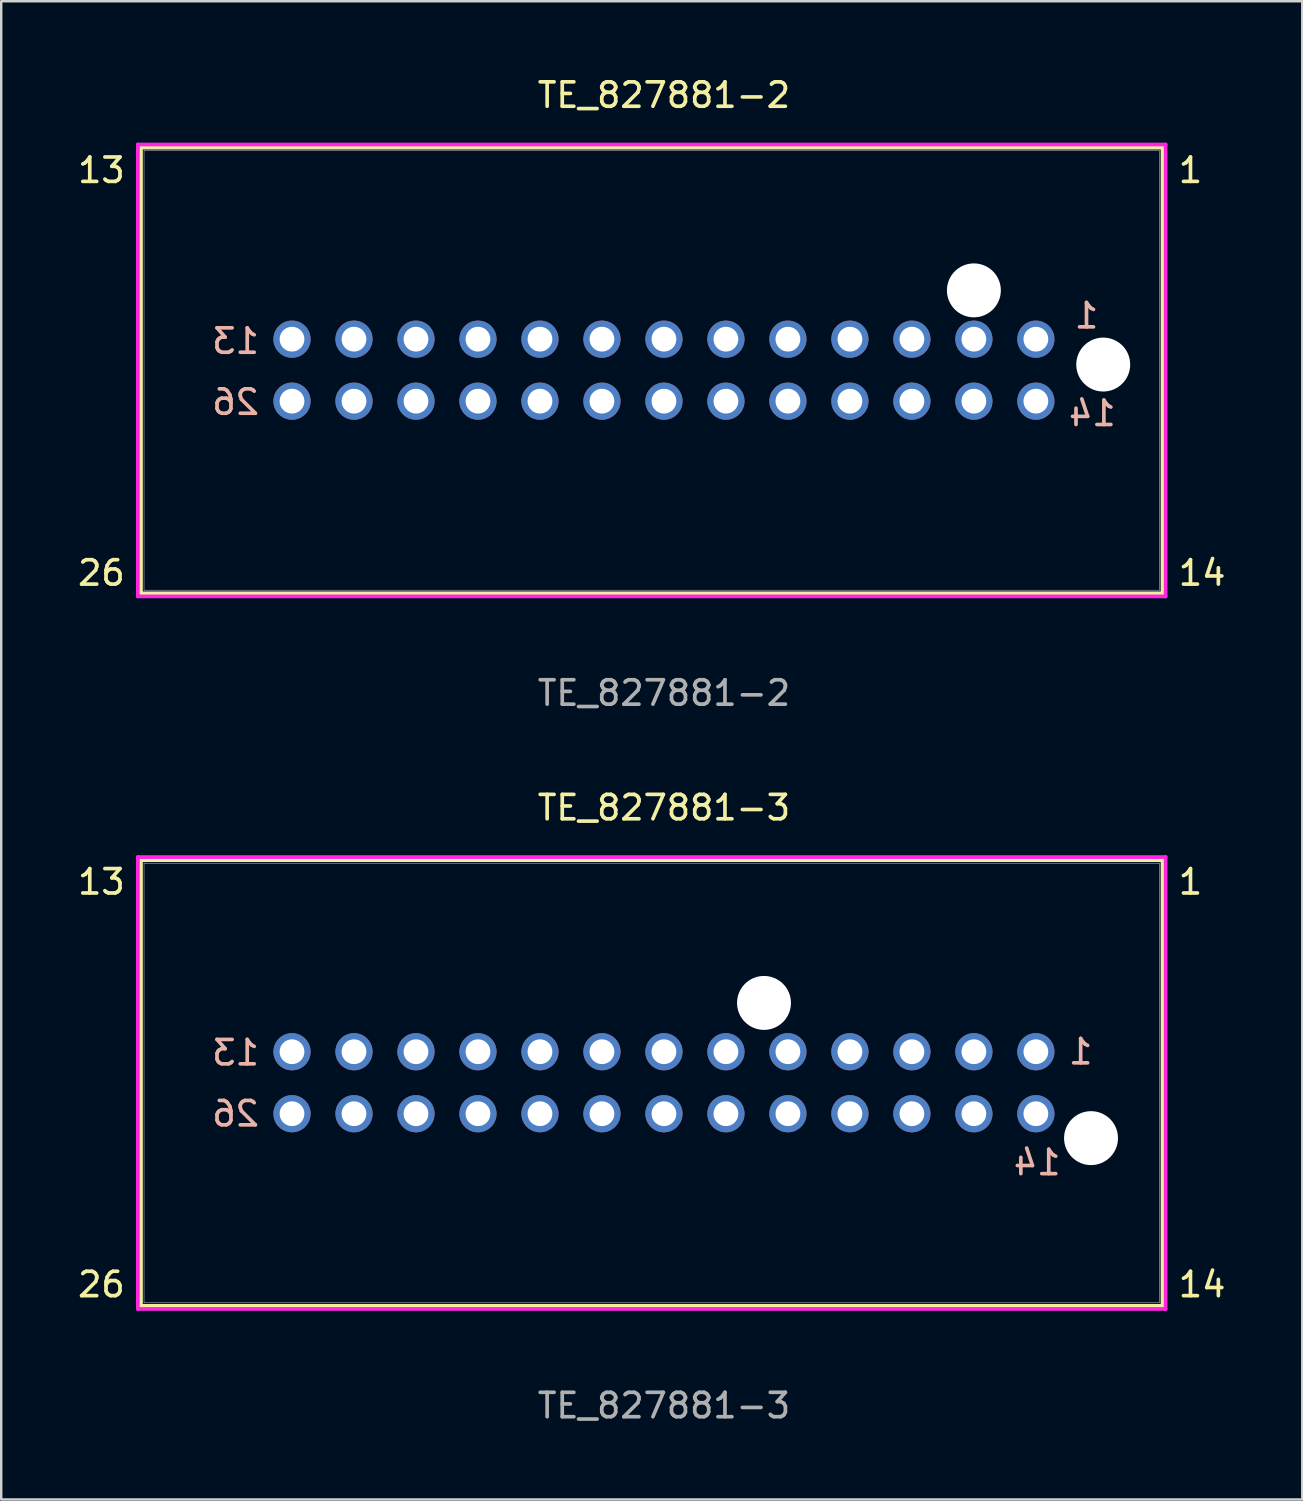
<source format=kicad_pcb>
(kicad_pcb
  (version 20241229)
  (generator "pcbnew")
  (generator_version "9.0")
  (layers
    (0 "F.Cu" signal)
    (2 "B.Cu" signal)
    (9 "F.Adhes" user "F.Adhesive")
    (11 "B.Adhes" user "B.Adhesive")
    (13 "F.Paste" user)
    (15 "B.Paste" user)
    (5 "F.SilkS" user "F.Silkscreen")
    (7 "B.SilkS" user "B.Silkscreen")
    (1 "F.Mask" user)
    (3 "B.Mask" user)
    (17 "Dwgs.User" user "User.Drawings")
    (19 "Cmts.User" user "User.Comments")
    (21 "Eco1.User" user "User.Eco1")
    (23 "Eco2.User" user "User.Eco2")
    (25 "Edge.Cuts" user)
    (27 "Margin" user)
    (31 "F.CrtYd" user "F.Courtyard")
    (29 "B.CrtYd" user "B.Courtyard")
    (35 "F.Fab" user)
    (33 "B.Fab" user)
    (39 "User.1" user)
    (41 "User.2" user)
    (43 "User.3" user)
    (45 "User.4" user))
  (footprint "TE_827881-2"
    (layer "F.Cu")
    (at 24.155 11.888)
    (property "Reference" "TE_827881-2" (at 0 -11.04 0) (unlocked yes) (layer "F.SilkS") (effects (font (size 1 1) (thickness 0.15))))
    (attr through_hole)
    (fp_line (start -21.43 -8.89) (end 20.43 -8.89) (stroke (width 0.152) (type solid)) (layer "F.SilkS"))
    (fp_line (start -21.43 9.373) (end -21.43 -8.89) (stroke (width 0.152) (type solid)) (layer "F.SilkS"))
    (fp_line (start 20.43 -8.89) (end 20.43 9.373) (stroke (width 0.152) (type solid)) (layer "F.SilkS"))
    (fp_line (start 20.43 9.373) (end -21.43 9.373) (stroke (width 0.152) (type solid)) (layer "F.SilkS"))
    (fp_line (start -21.557 -9.017) (end 20.557 -9.017) (stroke (width 0.152) (type solid)) (layer "F.CrtYd"))
    (fp_line (start -21.557 9.5) (end -21.557 -9.017) (stroke (width 0.152) (type solid)) (layer "F.CrtYd"))
    (fp_line (start 20.557 -9.017) (end 20.557 9.5) (stroke (width 0.152) (type solid)) (layer "F.CrtYd"))
    (fp_line (start 20.557 9.5) (end -21.557 9.5) (stroke (width 0.152) (type solid)) (layer "F.CrtYd"))
    (fp_line (start -21.303 -8.763) (end 20.303 -8.763) (stroke (width 0.025) (type solid)) (layer "F.Fab"))
    (fp_line (start -21.303 9.246) (end -21.303 -8.763) (stroke (width 0.025) (type solid)) (layer "F.Fab"))
    (fp_line (start 20.303 -8.763) (end 20.303 9.246) (stroke (width 0.025) (type solid)) (layer "F.Fab"))
    (fp_line (start 20.303 9.246) (end -21.303 9.246) (stroke (width 0.025) (type solid)) (layer "F.Fab"))
    (fp_text user "13" (at -22 -7.96 0) (unlocked yes) (layer "F.SilkS") (effects (font (size 1 1) (thickness 0.15)) (justify right)))
    (fp_text user "1" (at 21 -7.96 0) (unlocked yes) (layer "F.SilkS") (effects (font (size 1 1) (thickness 0.15)) (justify left)))
    (fp_text user "26" (at -22 8.54 0) (unlocked yes) (layer "F.SilkS") (effects (font (size 1 1) (thickness 0.15)) (justify right)))
    (fp_text user "14" (at 21 8.54 0) (unlocked yes) (layer "F.SilkS") (effects (font (size 1 1) (thickness 0.15)) (justify left)))
    (fp_text user "1" (at 16.74 -2 0) (unlocked yes) (layer "B.SilkS") (effects (font (size 1 1) (thickness 0.15)) (justify right mirror)))
    (fp_text user "14" (at 16.5 2 0) (unlocked yes) (layer "B.SilkS") (effects (font (size 1 1) (thickness 0.15)) (justify right mirror)))
    (fp_text user "13" (at -16.5 -0.96 0) (unlocked yes) (layer "B.SilkS") (effects (font (size 1 1) (thickness 0.15)) (justify left mirror)))
    (fp_text user "26" (at -16.5 1.54 0) (unlocked yes) (layer "B.SilkS") (effects (font (size 1 1) (thickness 0.15)) (justify left mirror)))
    (fp_text user "${REFERENCE}" (at 0 13.46 0) (unlocked yes) (layer "F.Fab") (effects (font (size 1 1) (thickness 0.15))))
    (pad "" np_thru_hole circle (at 12.7 -3.04) (size 2.21 2.21) (drill 2.21) (layers "*.Cu" "*.Mask") (padstack (mode custom) (layer "B.Cu" (shape circle) (size 2.21 2.21))))
    (pad "" np_thru_hole circle (at 18 0) (size 2.21 2.21) (drill 2.21) (layers "*.Cu" "*.Mask") (padstack (mode custom) (layer "B.Cu" (shape circle) (size 2.21 2.21))))
    (pad "1" thru_hole circle (at 15.24 -1.04) (size 1.524 1.524) (drill 1.016) (layers "*.Cu" "*.Mask"))
    (pad "2" thru_hole circle (at 12.7 -1.04) (size 1.524 1.524) (drill 1.016) (layers "*.Cu" "*.Mask"))
    (pad "3" thru_hole circle (at 10.16 -1.04) (size 1.524 1.524) (drill 1.016) (layers "*.Cu" "*.Mask"))
    (pad "4" thru_hole circle (at 7.62 -1.04) (size 1.524 1.524) (drill 1.016) (layers "*.Cu" "*.Mask"))
    (pad "5" thru_hole circle (at 5.08 -1.04) (size 1.524 1.524) (drill 1.016) (layers "*.Cu" "*.Mask"))
    (pad "6" thru_hole circle (at 2.54 -1.04) (size 1.524 1.524) (drill 1.016) (layers "*.Cu" "*.Mask"))
    (pad "7" thru_hole circle (at 0 -1.04) (size 1.524 1.524) (drill 1.016) (layers "*.Cu" "*.Mask"))
    (pad "8" thru_hole circle (at -2.54 -1.04) (size 1.524 1.524) (drill 1.016) (layers "*.Cu" "*.Mask"))
    (pad "9" thru_hole circle (at -5.08 -1.04) (size 1.524 1.524) (drill 1.016) (layers "*.Cu" "*.Mask"))
    (pad "10" thru_hole circle (at -7.62 -1.04) (size 1.524 1.524) (drill 1.016) (layers "*.Cu" "*.Mask"))
    (pad "11" thru_hole circle (at -10.16 -1.04) (size 1.524 1.524) (drill 1.016) (layers "*.Cu" "*.Mask"))
    (pad "12" thru_hole circle (at -12.7 -1.04) (size 1.524 1.524) (drill 1.016) (layers "*.Cu" "*.Mask"))
    (pad "13" thru_hole circle (at -15.24 -1.04) (size 1.524 1.524) (drill 1.016) (layers "*.Cu" "*.Mask"))
    (pad "14" thru_hole circle (at 15.24 1.5) (size 1.524 1.524) (drill 1.016) (layers "*.Cu" "*.Mask"))
    (pad "15" thru_hole circle (at 12.7 1.5) (size 1.524 1.524) (drill 1.016) (layers "*.Cu" "*.Mask"))
    (pad "16" thru_hole circle (at 10.16 1.5) (size 1.524 1.524) (drill 1.016) (layers "*.Cu" "*.Mask"))
    (pad "17" thru_hole circle (at 7.62 1.5) (size 1.524 1.524) (drill 1.016) (layers "*.Cu" "*.Mask"))
    (pad "18" thru_hole circle (at 5.08 1.5) (size 1.524 1.524) (drill 1.016) (layers "*.Cu" "*.Mask"))
    (pad "19" thru_hole circle (at 2.54 1.5) (size 1.524 1.524) (drill 1.016) (layers "*.Cu" "*.Mask"))
    (pad "20" thru_hole circle (at 0 1.5) (size 1.524 1.524) (drill 1.016) (layers "*.Cu" "*.Mask"))
    (pad "21" thru_hole circle (at -2.54 1.5) (size 1.524 1.524) (drill 1.016) (layers "*.Cu" "*.Mask"))
    (pad "22" thru_hole circle (at -5.08 1.5) (size 1.524 1.524) (drill 1.016) (layers "*.Cu" "*.Mask"))
    (pad "23" thru_hole circle (at -7.62 1.5) (size 1.524 1.524) (drill 1.016) (layers "*.Cu" "*.Mask"))
    (pad "24" thru_hole circle (at -10.16 1.5) (size 1.524 1.524) (drill 1.016) (layers "*.Cu" "*.Mask"))
    (pad "25" thru_hole circle (at -12.7 1.5) (size 1.524 1.524) (drill 1.016) (layers "*.Cu" "*.Mask"))
    (pad "26" thru_hole circle (at -15.24 1.5) (size 1.524 1.524) (drill 1.016) (layers "*.Cu" "*.Mask")))
  (footprint "TE_827881-3"
    (layer "F.Cu")
    (at 24.155 41.085)
    (property "Reference" "TE_827881-3" (at 0 -11.04 0) (unlocked yes) (layer "F.SilkS") (effects (font (size 1 1) (thickness 0.15))))
    (attr through_hole)
    (fp_line (start -21.43 -8.89) (end 20.43 -8.89) (stroke (width 0.152) (type solid)) (layer "F.SilkS"))
    (fp_line (start -21.43 9.373) (end -21.43 -8.89) (stroke (width 0.152) (type solid)) (layer "F.SilkS"))
    (fp_line (start 20.43 -8.89) (end 20.43 9.373) (stroke (width 0.152) (type solid)) (layer "F.SilkS"))
    (fp_line (start 20.43 9.373) (end -21.43 9.373) (stroke (width 0.152) (type solid)) (layer "F.SilkS"))
    (fp_line (start -21.557 -9.017) (end 20.557 -9.017) (stroke (width 0.152) (type solid)) (layer "F.CrtYd"))
    (fp_line (start -21.557 9.5) (end -21.557 -9.017) (stroke (width 0.152) (type solid)) (layer "F.CrtYd"))
    (fp_line (start 20.557 -9.017) (end 20.557 9.5) (stroke (width 0.152) (type solid)) (layer "F.CrtYd"))
    (fp_line (start 20.557 9.5) (end -21.557 9.5) (stroke (width 0.152) (type solid)) (layer "F.CrtYd"))
    (fp_line (start -21.303 -8.763) (end 20.303 -8.763) (stroke (width 0.025) (type solid)) (layer "F.Fab"))
    (fp_line (start -21.303 9.246) (end -21.303 -8.763) (stroke (width 0.025) (type solid)) (layer "F.Fab"))
    (fp_line (start 20.303 -8.763) (end 20.303 9.246) (stroke (width 0.025) (type solid)) (layer "F.Fab"))
    (fp_line (start 20.303 9.246) (end -21.303 9.246) (stroke (width 0.025) (type solid)) (layer "F.Fab"))
    (fp_text user "14" (at 21 8.5 0) (unlocked yes) (layer "F.SilkS") (effects (font (size 1 1) (thickness 0.15)) (justify left)))
    (fp_text user "26" (at -22 8.5 0) (unlocked yes) (layer "F.SilkS") (effects (font (size 1 1) (thickness 0.15)) (justify right)))
    (fp_text user "13" (at -22 -8 0) (unlocked yes) (layer "F.SilkS") (effects (font (size 1 1) (thickness 0.15)) (justify right)))
    (fp_text user "1" (at 21 -8 0) (unlocked yes) (layer "F.SilkS") (effects (font (size 1 1) (thickness 0.15)) (justify left)))
    (fp_text user "13" (at -16.5 -1 0) (unlocked yes) (layer "B.SilkS") (effects (font (size 1 1) (thickness 0.15)) (justify left mirror)))
    (fp_text user "26" (at -16.5 1.5 0) (unlocked yes) (layer "B.SilkS") (effects (font (size 1 1) (thickness 0.15)) (justify left mirror)))
    (fp_text user "14" (at 14.24 3.5 0) (unlocked yes) (layer "B.SilkS") (effects (font (size 1 1) (thickness 0.15)) (justify right mirror)))
    (fp_text user "1" (at 16.5 -1.04 0) (unlocked yes) (layer "B.SilkS") (effects (font (size 1 1) (thickness 0.15)) (justify right mirror)))
    (fp_text user "${REFERENCE}" (at 0 13.46 0) (unlocked yes) (layer "F.Fab") (effects (font (size 1 1) (thickness 0.15))))
    (pad "" np_thru_hole circle (at 4.1 -3.04) (size 2.21 2.21) (drill 2.21) (layers "*.Cu" "*.Mask"))
    (pad "" np_thru_hole circle (at 17.5 2.5) (size 2.21 2.21) (drill 2.21) (layers "*.Cu" "*.Mask"))
    (pad "1" thru_hole circle (at 15.24 -1.04) (size 1.524 1.524) (drill 1.016) (layers "*.Cu" "*.Mask"))
    (pad "2" thru_hole circle (at 12.7 -1.04) (size 1.524 1.524) (drill 1.016) (layers "*.Cu" "*.Mask"))
    (pad "3" thru_hole circle (at 10.16 -1.04) (size 1.524 1.524) (drill 1.016) (layers "*.Cu" "*.Mask"))
    (pad "4" thru_hole circle (at 7.62 -1.04) (size 1.524 1.524) (drill 1.016) (layers "*.Cu" "*.Mask"))
    (pad "5" thru_hole circle (at 5.08 -1.04) (size 1.524 1.524) (drill 1.016) (layers "*.Cu" "*.Mask"))
    (pad "6" thru_hole circle (at 2.54 -1.04) (size 1.524 1.524) (drill 1.016) (layers "*.Cu" "*.Mask"))
    (pad "7" thru_hole circle (at 0 -1.04) (size 1.524 1.524) (drill 1.016) (layers "*.Cu" "*.Mask"))
    (pad "8" thru_hole circle (at -2.54 -1.04) (size 1.524 1.524) (drill 1.016) (layers "*.Cu" "*.Mask"))
    (pad "9" thru_hole circle (at -5.08 -1.04) (size 1.524 1.524) (drill 1.016) (layers "*.Cu" "*.Mask"))
    (pad "10" thru_hole circle (at -7.62 -1.04) (size 1.524 1.524) (drill 1.016) (layers "*.Cu" "*.Mask"))
    (pad "11" thru_hole circle (at -10.16 -1.04) (size 1.524 1.524) (drill 1.016) (layers "*.Cu" "*.Mask"))
    (pad "12" thru_hole circle (at -12.7 -1.04) (size 1.524 1.524) (drill 1.016) (layers "*.Cu" "*.Mask"))
    (pad "13" thru_hole circle (at -15.24 -1.04) (size 1.524 1.524) (drill 1.016) (layers "*.Cu" "*.Mask"))
    (pad "14" thru_hole circle (at 15.24 1.5) (size 1.524 1.524) (drill 1.016) (layers "*.Cu" "*.Mask"))
    (pad "15" thru_hole circle (at 12.7 1.5) (size 1.524 1.524) (drill 1.016) (layers "*.Cu" "*.Mask"))
    (pad "16" thru_hole circle (at 10.16 1.5) (size 1.524 1.524) (drill 1.016) (layers "*.Cu" "*.Mask"))
    (pad "17" thru_hole circle (at 7.62 1.5) (size 1.524 1.524) (drill 1.016) (layers "*.Cu" "*.Mask"))
    (pad "18" thru_hole circle (at 5.08 1.5) (size 1.524 1.524) (drill 1.016) (layers "*.Cu" "*.Mask"))
    (pad "19" thru_hole circle (at 2.54 1.5) (size 1.524 1.524) (drill 1.016) (layers "*.Cu" "*.Mask"))
    (pad "20" thru_hole circle (at 0 1.5) (size 1.524 1.524) (drill 1.016) (layers "*.Cu" "*.Mask"))
    (pad "21" thru_hole circle (at -2.54 1.5) (size 1.524 1.524) (drill 1.016) (layers "*.Cu" "*.Mask"))
    (pad "22" thru_hole circle (at -5.08 1.5) (size 1.524 1.524) (drill 1.016) (layers "*.Cu" "*.Mask"))
    (pad "23" thru_hole circle (at -7.62 1.5) (size 1.524 1.524) (drill 1.016) (layers "*.Cu" "*.Mask"))
    (pad "24" thru_hole circle (at -10.16 1.5) (size 1.524 1.524) (drill 1.016) (layers "*.Cu" "*.Mask"))
    (pad "25" thru_hole circle (at -12.7 1.5) (size 1.524 1.524) (drill 1.016) (layers "*.Cu" "*.Mask"))
    (pad "26" thru_hole circle (at -15.24 1.5) (size 1.524 1.524) (drill 1.016) (layers "*.Cu" "*.Mask")))
  (gr_rect
    (start -3 -3)
    (end 50.31 58.393)
    (stroke (width 0.1) (type default))
    (fill no)
    (layer "Edge.Cuts")))
</source>
